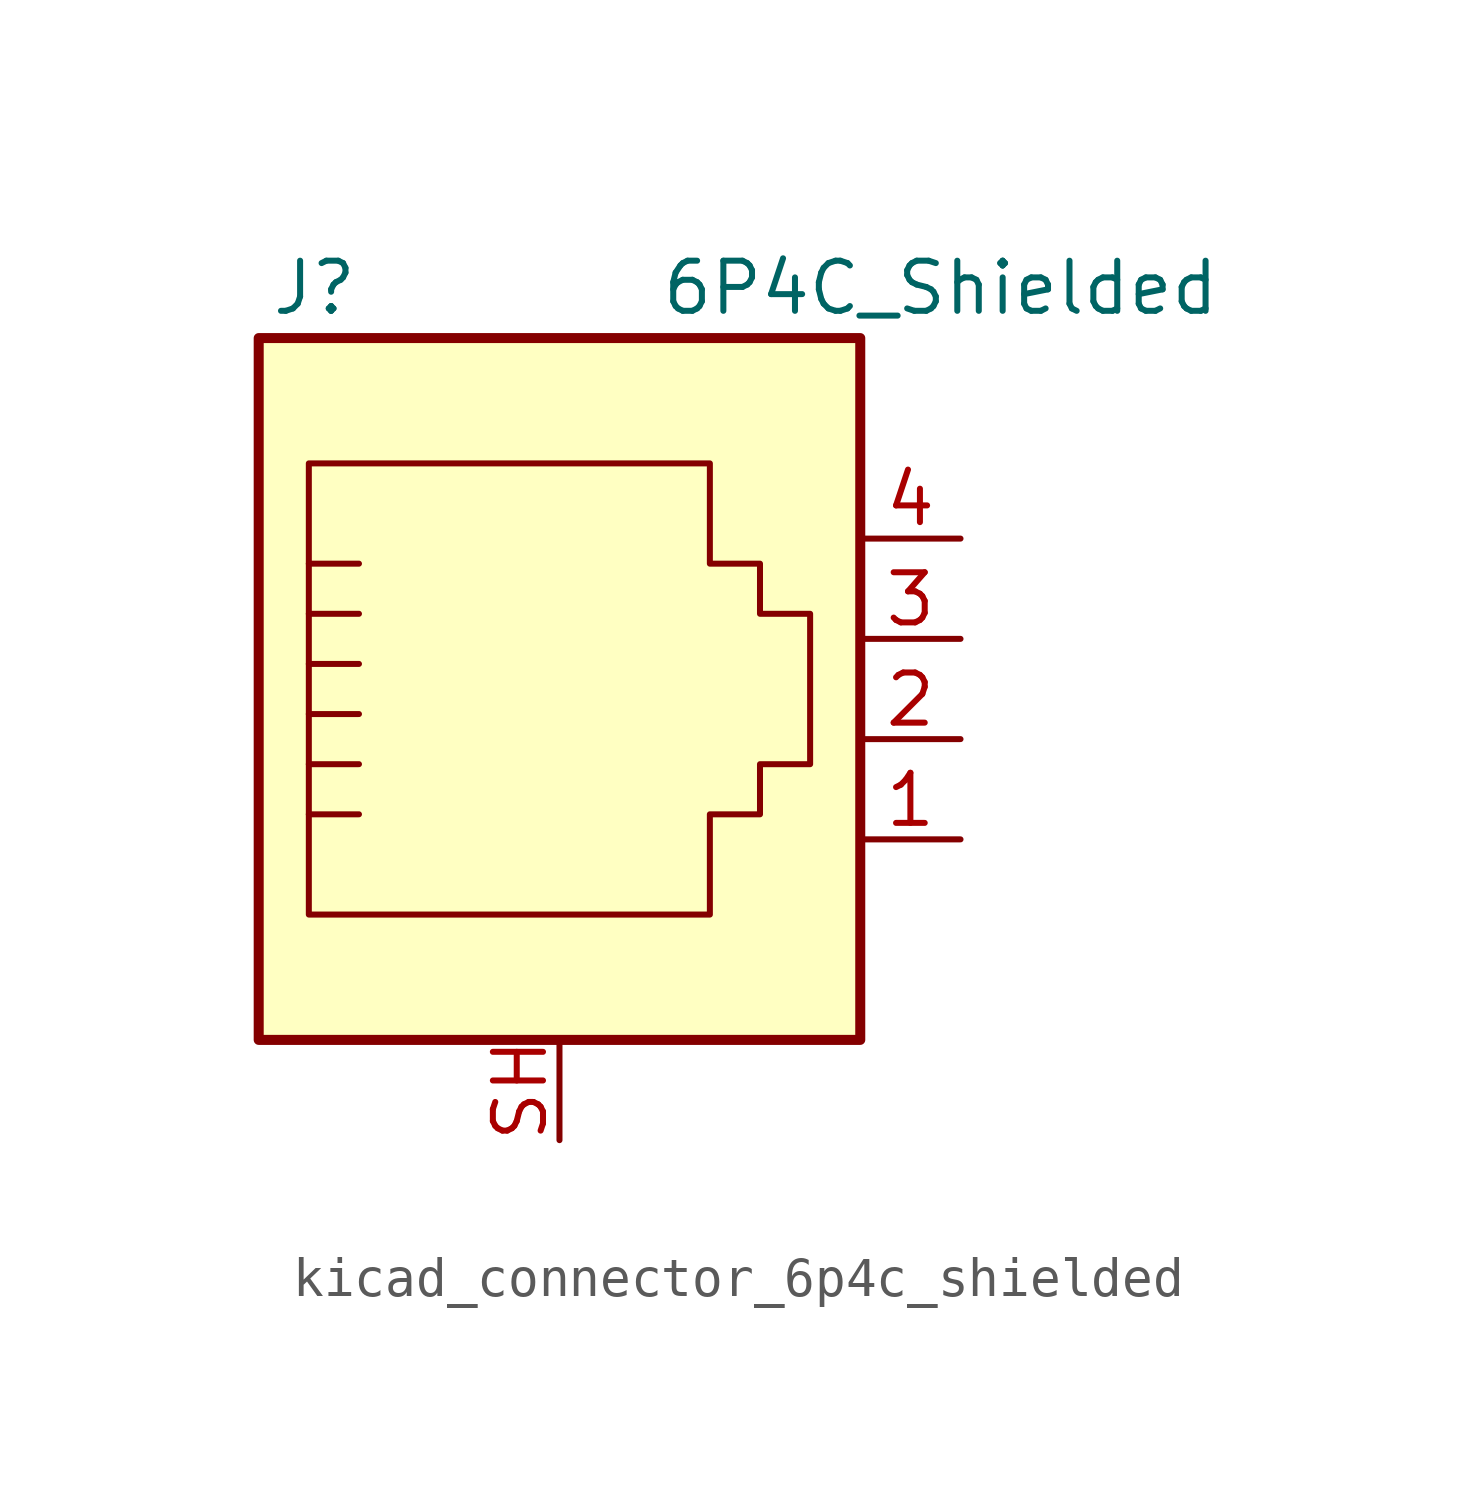
<source format=kicad_sym>
(kicad_symbol_lib
  (version 20220914)
  (generator kicad_symbol_editor)
  (symbol "kicad_connector_6p4c_shielded"
    (pin_names
      (offset 1.016))
    (property "Reference" "J"
      (at -5.08 11.43 0)
      (effects (font (size 1.27 1.27)) (justify right)))
    (property "Value" "6P4C_Shielded"
      (at 2.54 11.43 0)
      (effects (font (size 1.27 1.27)) (justify left)))
    (symbol "kicad_connector_6p4c_shielded_0_1"
      (polyline (pts (xy -6.35 -1.905) (xy -5.08 -1.905) (xy -5.08 -1.905)) (stroke (width 0) (type default)) (fill (type none)))
      (polyline (pts (xy -6.35 -0.635) (xy -5.08 -0.635) (xy -5.08 -0.635)) (stroke (width 0) (type default)) (fill (type none)))
      (polyline (pts (xy -6.35 0.635) (xy -5.08 0.635) (xy -5.08 0.635)) (stroke (width 0) (type default)) (fill (type none)))
      (polyline (pts (xy -6.35 1.905) (xy -5.08 1.905) (xy -5.08 1.905)) (stroke (width 0) (type default)) (fill (type none)))
      (polyline (pts (xy -6.35 3.175) (xy -5.08 3.175) (xy -5.08 3.175)) (stroke (width 0) (type default)) (fill (type none)))
      (polyline (pts (xy -5.08 4.445) (xy -6.35 4.445) (xy -6.35 4.445)) (stroke (width 0) (type default)) (fill (type none)))
      (polyline (pts (xy -6.35 -4.445) (xy -6.35 6.985) (xy 3.81 6.985) (xy 3.81 4.445) (xy 5.08 4.445) (xy 5.08 3.175) (xy 6.35 3.175) (xy 6.35 -0.635) (xy 5.08 -0.635) (xy 5.08 -1.905) (xy 3.81 -1.905) (xy 3.81 -4.445) (xy -6.35 -4.445) (xy -6.35 -4.445)) (stroke (width 0) (type default)) (fill (type none)))
      (rectangle (start 7.62 10.16) (end -7.62 -7.62) (stroke (width 0.254) (type default)) (fill (type background))))
    (symbol "kicad_connector_6p4c_shielded_1_1"
      (pin passive line (at 10.16 -2.54 180) (length 2.54) (name "~" (effects (font (size 1.27 1.27)))) (number "1" (effects (font (size 1.27 1.27)))))
      (pin passive line (at 10.16 0 180) (length 2.54) (name "~" (effects (font (size 1.27 1.27)))) (number "2" (effects (font (size 1.27 1.27)))))
      (pin passive line (at 10.16 2.54 180) (length 2.54) (name "~" (effects (font (size 1.27 1.27)))) (number "3" (effects (font (size 1.27 1.27)))))
      (pin passive line (at 10.16 5.08 180) (length 2.54) (name "~" (effects (font (size 1.27 1.27)))) (number "4" (effects (font (size 1.27 1.27)))))
      (pin passive line (at 0 -10.16 90) (length 2.54) (name "~" (effects (font (size 1.27 1.27)))) (number "SH" (effects (font (size 1.27 1.27))))))))
</source>
